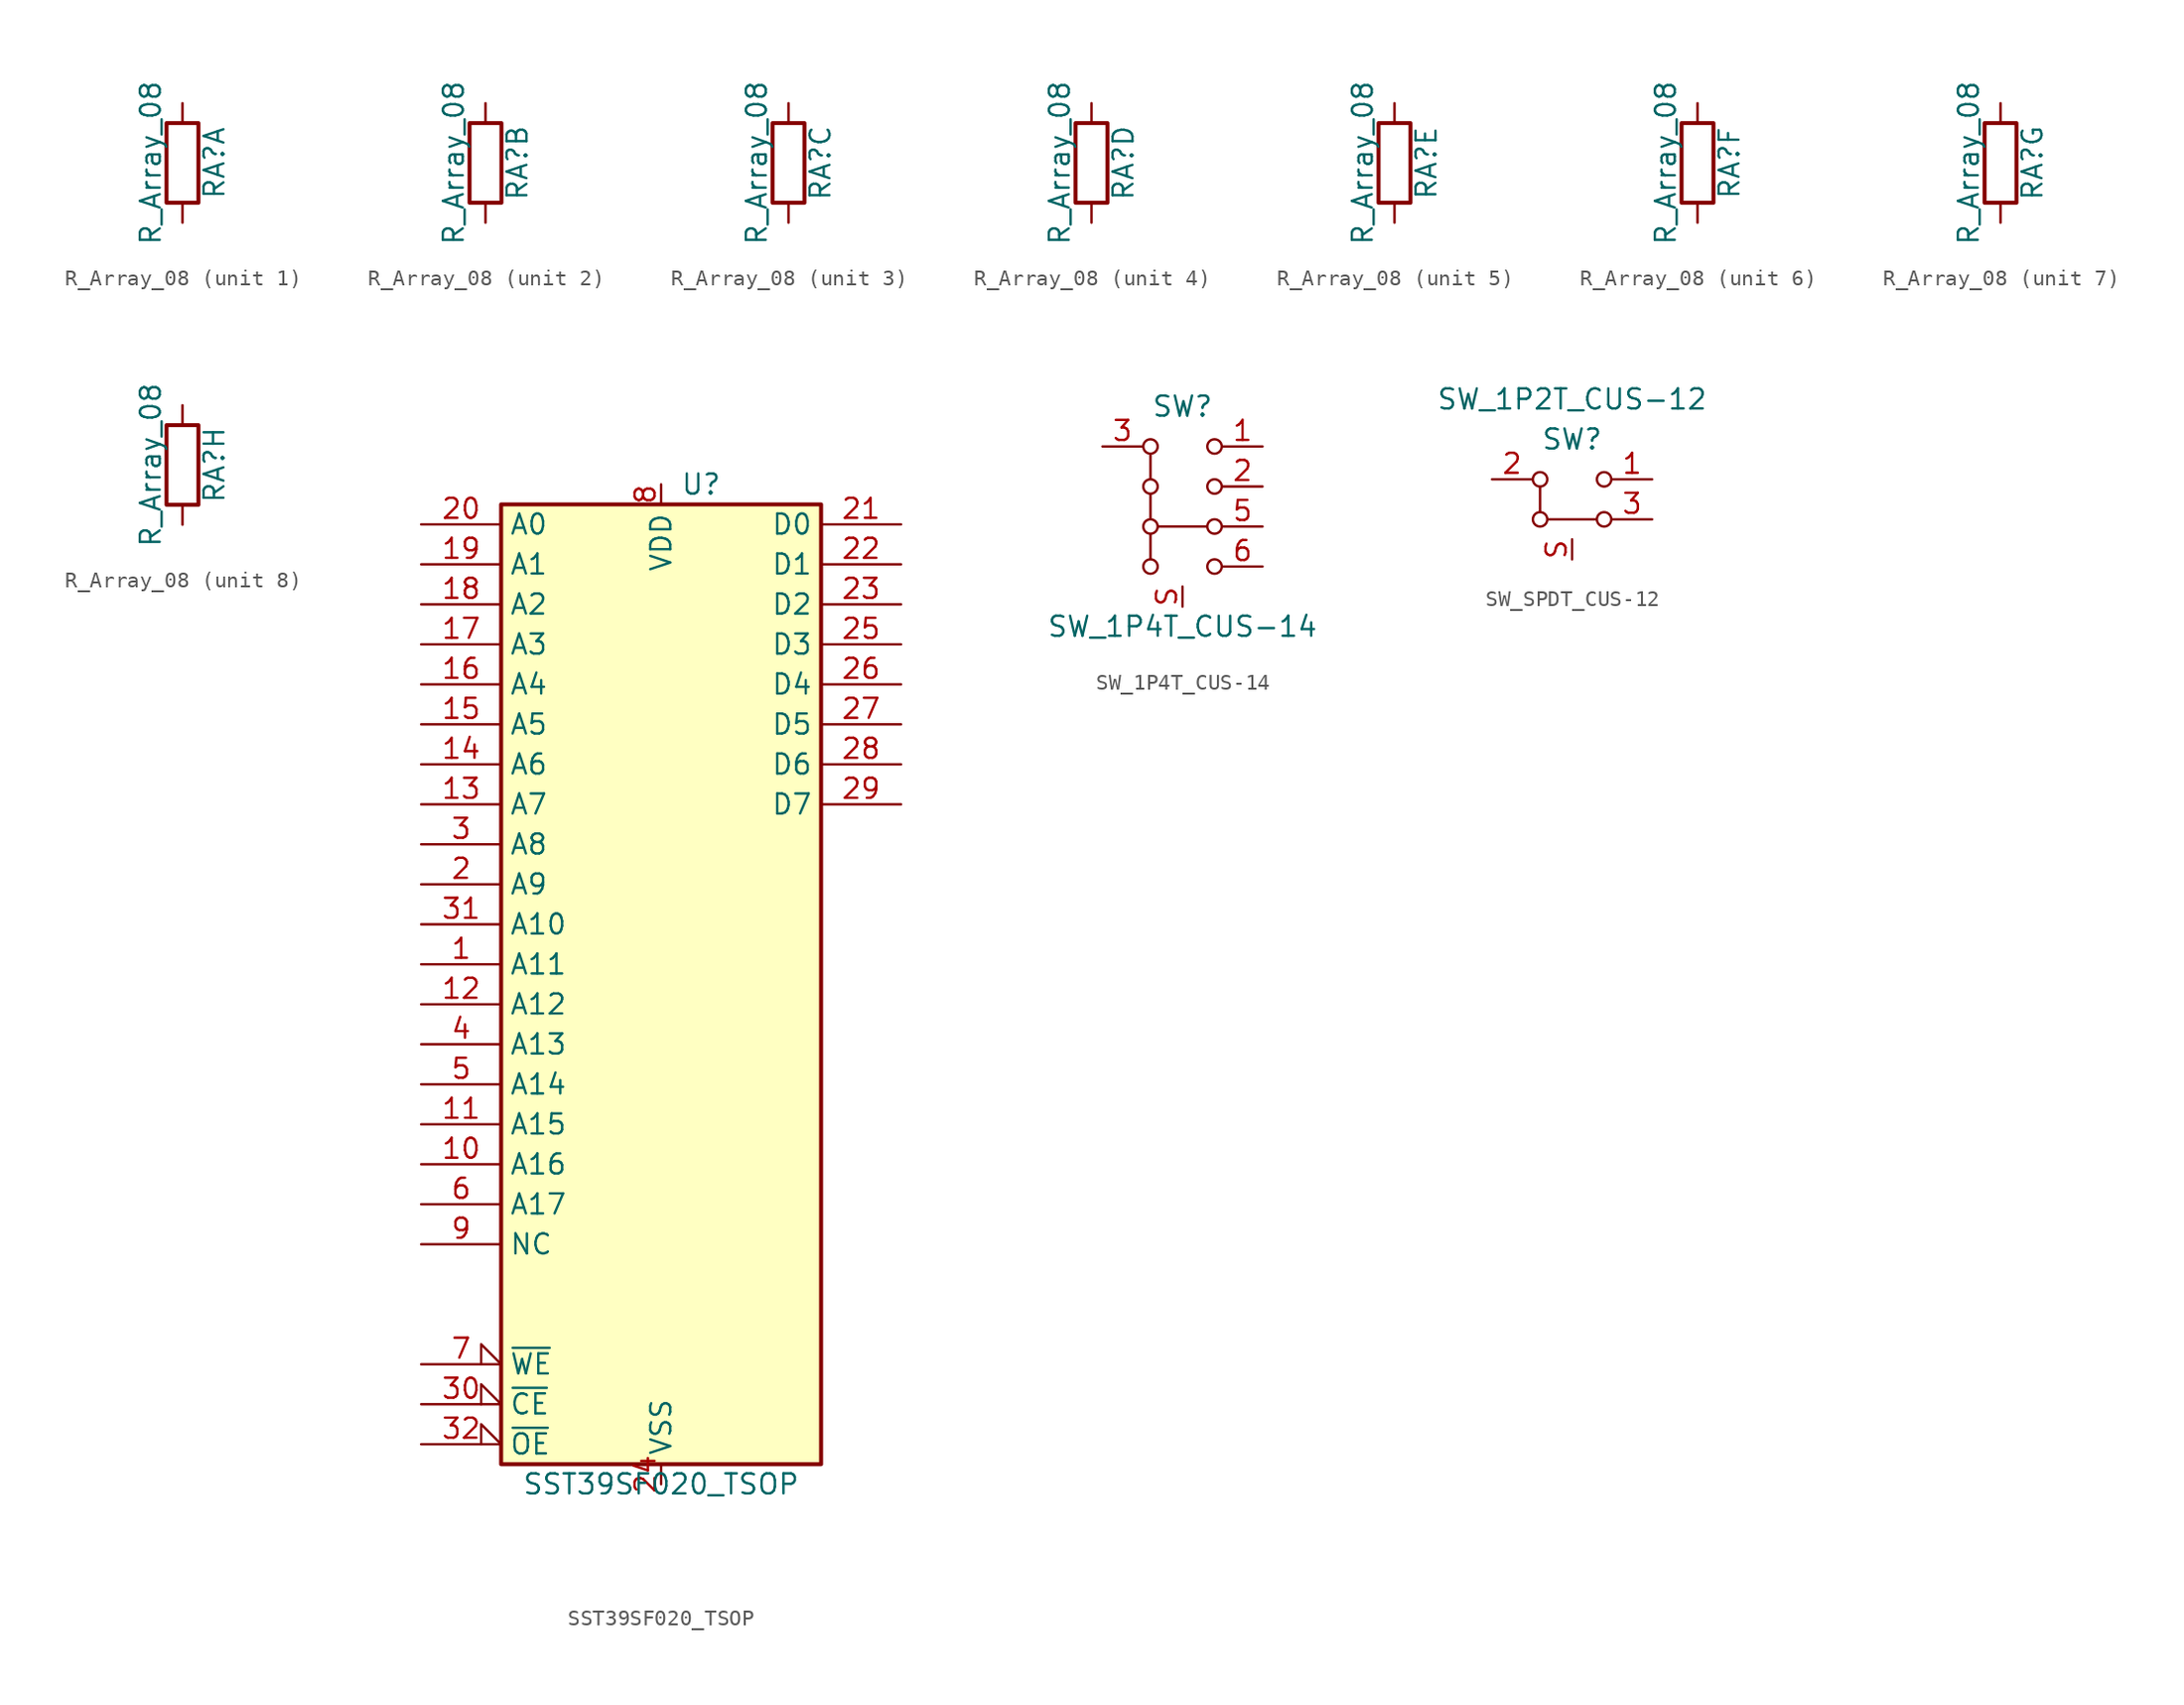
<source format=kicad_sym>
(kicad_symbol_lib
  (version 20231120)
  (generator "kicad_symbol_editor")
  (generator_version "8.0")
  (symbol "R_Array_08"
    (pin_numbers hide)
    (pin_names
      (offset 0) hide)
    (property "Reference" "RA"
      (at 2.032 0 90)
      (effects (font (size 1.27 1.27))))
    (property "Value" "R_Array_08"
      (at -2.032 0 90)
      (effects (font (size 1.27 1.27))))
    (symbol "R_Array_08_0_1"
      (rectangle (start 1.016 2.54) (end -1.016 -2.54) (stroke (width 0.254) (type default)) (fill (type none))))
    (symbol "R_Array_08_1_1"
      (pin passive line (at 0 3.81 270) (length 1.27) (name "R1.1" (effects (font (size 1.27 1.27)))) (number "1" (effects (font (size 1.27 1.27)))))
      (pin passive line (at 0 -3.81 90) (length 1.27) (name "R1.2" (effects (font (size 1.27 1.27)))) (number "16" (effects (font (size 1.27 1.27))))))
    (symbol "R_Array_08_2_1"
      (pin passive line (at 0 -3.81 90) (length 1.27) (name "R2.2" (effects (font (size 1.27 1.27)))) (number "15" (effects (font (size 1.27 1.27)))))
      (pin passive line (at 0 3.81 270) (length 1.27) (name "R6.1" (effects (font (size 1.27 1.27)))) (number "2" (effects (font (size 1.27 1.27))))))
    (symbol "R_Array_08_3_1"
      (pin passive line (at 0 -3.81 90) (length 1.27) (name "R3.2" (effects (font (size 1.27 1.27)))) (number "14" (effects (font (size 1.27 1.27)))))
      (pin passive line (at 0 3.81 270) (length 1.27) (name "R8.1" (effects (font (size 1.27 1.27)))) (number "3" (effects (font (size 1.27 1.27))))))
    (symbol "R_Array_08_4_1"
      (pin passive line (at 0 -3.81 90) (length 1.27) (name "R4.2" (effects (font (size 1.27 1.27)))) (number "13" (effects (font (size 1.27 1.27)))))
      (pin passive line (at 0 3.81 270) (length 1.27) (name "R4.1" (effects (font (size 1.27 1.27)))) (number "4" (effects (font (size 1.27 1.27))))))
    (symbol "R_Array_08_5_1"
      (pin passive line (at 0 -3.81 90) (length 1.27) (name "R5.2" (effects (font (size 1.27 1.27)))) (number "12" (effects (font (size 1.27 1.27)))))
      (pin passive line (at 0 3.81 270) (length 1.27) (name "R5.1" (effects (font (size 1.27 1.27)))) (number "5" (effects (font (size 1.27 1.27))))))
    (symbol "R_Array_08_6_1"
      (pin passive line (at 0 -3.81 90) (length 1.27) (name "R6.2" (effects (font (size 1.27 1.27)))) (number "11" (effects (font (size 1.27 1.27)))))
      (pin passive line (at 0 3.81 270) (length 1.27) (name "R6.1" (effects (font (size 1.27 1.27)))) (number "6" (effects (font (size 1.27 1.27))))))
    (symbol "R_Array_08_7_1"
      (pin passive line (at 0 -3.81 90) (length 1.27) (name "R7.2" (effects (font (size 1.27 1.27)))) (number "10" (effects (font (size 1.27 1.27)))))
      (pin passive line (at 0 3.81 270) (length 1.27) (name "R7.1" (effects (font (size 1.27 1.27)))) (number "7" (effects (font (size 1.27 1.27))))))
    (symbol "R_Array_08_8_1"
      (pin passive line (at 0 3.81 270) (length 1.27) (name "R8.1" (effects (font (size 1.27 1.27)))) (number "8" (effects (font (size 1.27 1.27)))))
      (pin passive line (at 0 -3.81 90) (length 1.27) (name "R8.2" (effects (font (size 1.27 1.27)))) (number "9" (effects (font (size 1.27 1.27)))))))
  (symbol "SST39SF020_TSOP"
    (property "Reference" "U"
      (at 2.54 33.02 0)
      (effects (font (size 1.27 1.27))))
    (property "Value" "SST39SF020_TSOP"
      (at 0 -30.48 0)
      (effects (font (size 1.27 1.27))))
    (symbol "SST39SF020_TSOP_0_0"
      (pin power_in line (at 0 -30.48 90) (length 1.27) (name "VSS" (effects (font (size 1.27 1.27)))) (number "24" (effects (font (size 1.27 1.27)))))
      (pin power_in line (at 0 33.02 270) (length 1.27) (name "VDD" (effects (font (size 1.27 1.27)))) (number "8" (effects (font (size 1.27 1.27))))))
    (symbol "SST39SF020_TSOP_0_1"
      (rectangle (start -10.16 31.75) (end 10.16 -29.21) (stroke (width 0.254) (type default)) (fill (type background))))
    (symbol "SST39SF020_TSOP_1_1"
      (pin input line (at -15.24 2.54 0) (length 5.08) (name "A11" (effects (font (size 1.27 1.27)))) (number "1" (effects (font (size 1.27 1.27)))))
      (pin input line (at -15.24 -10.16 0) (length 5.08) (name "A16" (effects (font (size 1.27 1.27)))) (number "10" (effects (font (size 1.27 1.27)))))
      (pin input line (at -15.24 -7.62 0) (length 5.08) (name "A15" (effects (font (size 1.27 1.27)))) (number "11" (effects (font (size 1.27 1.27)))))
      (pin input line (at -15.24 0 0) (length 5.08) (name "A12" (effects (font (size 1.27 1.27)))) (number "12" (effects (font (size 1.27 1.27)))))
      (pin input line (at -15.24 12.7 0) (length 5.08) (name "A7" (effects (font (size 1.27 1.27)))) (number "13" (effects (font (size 1.27 1.27)))))
      (pin input line (at -15.24 15.24 0) (length 5.08) (name "A6" (effects (font (size 1.27 1.27)))) (number "14" (effects (font (size 1.27 1.27)))))
      (pin input line (at -15.24 17.78 0) (length 5.08) (name "A5" (effects (font (size 1.27 1.27)))) (number "15" (effects (font (size 1.27 1.27)))))
      (pin input line (at -15.24 20.32 0) (length 5.08) (name "A4" (effects (font (size 1.27 1.27)))) (number "16" (effects (font (size 1.27 1.27)))))
      (pin input line (at -15.24 22.86 0) (length 5.08) (name "A3" (effects (font (size 1.27 1.27)))) (number "17" (effects (font (size 1.27 1.27)))))
      (pin input line (at -15.24 25.4 0) (length 5.08) (name "A2" (effects (font (size 1.27 1.27)))) (number "18" (effects (font (size 1.27 1.27)))))
      (pin input line (at -15.24 27.94 0) (length 5.08) (name "A1" (effects (font (size 1.27 1.27)))) (number "19" (effects (font (size 1.27 1.27)))))
      (pin input line (at -15.24 7.62 0) (length 5.08) (name "A9" (effects (font (size 1.27 1.27)))) (number "2" (effects (font (size 1.27 1.27)))))
      (pin input line (at -15.24 30.48 0) (length 5.08) (name "A0" (effects (font (size 1.27 1.27)))) (number "20" (effects (font (size 1.27 1.27)))))
      (pin tri_state line (at 15.24 30.48 180) (length 5.08) (name "D0" (effects (font (size 1.27 1.27)))) (number "21" (effects (font (size 1.27 1.27)))))
      (pin tri_state line (at 15.24 27.94 180) (length 5.08) (name "D1" (effects (font (size 1.27 1.27)))) (number "22" (effects (font (size 1.27 1.27)))))
      (pin tri_state line (at 15.24 25.4 180) (length 5.08) (name "D2" (effects (font (size 1.27 1.27)))) (number "23" (effects (font (size 1.27 1.27)))))
      (pin tri_state line (at 15.24 22.86 180) (length 5.08) (name "D3" (effects (font (size 1.27 1.27)))) (number "25" (effects (font (size 1.27 1.27)))))
      (pin tri_state line (at 15.24 20.32 180) (length 5.08) (name "D4" (effects (font (size 1.27 1.27)))) (number "26" (effects (font (size 1.27 1.27)))))
      (pin tri_state line (at 15.24 17.78 180) (length 5.08) (name "D5" (effects (font (size 1.27 1.27)))) (number "27" (effects (font (size 1.27 1.27)))))
      (pin tri_state line (at 15.24 15.24 180) (length 5.08) (name "D6" (effects (font (size 1.27 1.27)))) (number "28" (effects (font (size 1.27 1.27)))))
      (pin tri_state line (at 15.24 12.7 180) (length 5.08) (name "D7" (effects (font (size 1.27 1.27)))) (number "29" (effects (font (size 1.27 1.27)))))
      (pin input line (at -15.24 10.16 0) (length 5.08) (name "A8" (effects (font (size 1.27 1.27)))) (number "3" (effects (font (size 1.27 1.27)))))
      (pin input input_low (at -15.24 -25.4 0) (length 5.08) (name "~{CE}" (effects (font (size 1.27 1.27)))) (number "30" (effects (font (size 1.27 1.27)))))
      (pin input line (at -15.24 5.08 0) (length 5.08) (name "A10" (effects (font (size 1.27 1.27)))) (number "31" (effects (font (size 1.27 1.27)))))
      (pin input input_low (at -15.24 -27.94 0) (length 5.08) (name "~{OE}" (effects (font (size 1.27 1.27)))) (number "32" (effects (font (size 1.27 1.27)))))
      (pin input line (at -15.24 -2.54 0) (length 5.08) (name "A13" (effects (font (size 1.27 1.27)))) (number "4" (effects (font (size 1.27 1.27)))))
      (pin input line (at -15.24 -5.08 0) (length 5.08) (name "A14" (effects (font (size 1.27 1.27)))) (number "5" (effects (font (size 1.27 1.27)))))
      (pin input line (at -15.24 -12.7 0) (length 5.08) (name "A17" (effects (font (size 1.27 1.27)))) (number "6" (effects (font (size 1.27 1.27)))))
      (pin input input_low (at -15.24 -22.86 0) (length 5.08) (name "~{WE}" (effects (font (size 1.27 1.27)))) (number "7" (effects (font (size 1.27 1.27)))))
      (pin input line (at -15.24 -15.24 0) (length 5.08) (name "NC" (effects (font (size 1.27 1.27)))) (number "9" (effects (font (size 1.27 1.27)))))))
  (symbol "SW_1P4T_CUS-14"
    (pin_names
      (offset 0) hide)
    (property "Reference" "SW"
      (at 0 6.35 0)
      (effects (font (size 1.27 1.27))))
    (property "Value" "SW_1P4T_CUS-14"
      (at 0 -7.62 0)
      (effects (font (size 1.27 1.27))))
    (symbol "SW_1P4T_CUS-14_0_1"
      (circle (center -2.032 -3.81) (radius 0.457) (stroke (width 0) (type default)) (fill (type none)))
      (circle (center -2.032 -1.27) (radius 0.457) (stroke (width 0) (type default)) (fill (type none)))
      (circle (center -2.032 1.27) (radius 0.457) (stroke (width 0) (type default)) (fill (type none)))
      (circle (center -2.032 3.81) (radius 0.457) (stroke (width 0) (type default)) (fill (type none)))
      (polyline (pts (xy -2.032 -1.778) (xy -2.032 -3.302)) (stroke (width 0.152) (type default)) (fill (type none)))
      (polyline (pts (xy -2.032 0.762) (xy -2.032 -0.762)) (stroke (width 0.152) (type default)) (fill (type none)))
      (polyline (pts (xy -2.032 3.302) (xy -2.032 1.778)) (stroke (width 0.152) (type default)) (fill (type none)))
      (polyline (pts (xy -1.524 -1.27) (xy 1.524 -1.27)) (stroke (width 0.152) (type default)) (fill (type none)))
      (circle (center 2.032 -3.81) (radius 0.457) (stroke (width 0) (type default)) (fill (type none)))
      (circle (center 2.032 -1.27) (radius 0.457) (stroke (width 0) (type default)) (fill (type none)))
      (circle (center 2.032 1.27) (radius 0.457) (stroke (width 0) (type default)) (fill (type none)))
      (circle (center 2.032 3.81) (radius 0.457) (stroke (width 0) (type default)) (fill (type none))))
    (symbol "SW_1P4T_CUS-14_1_1"
      (pin passive line (at 5.08 3.81 180) (length 2.54) (name "1" (effects (font (size 1.27 1.27)))) (number "1" (effects (font (size 1.27 1.27)))))
      (pin passive line (at 5.08 1.27 180) (length 2.54) (name "2" (effects (font (size 1.27 1.27)))) (number "2" (effects (font (size 1.27 1.27)))))
      (pin passive line (at -5.08 3.81 0) (length 2.54) (name "C" (effects (font (size 1.27 1.27)))) (number "3" (effects (font (size 1.27 1.27)))))
      (pin passive line (at -5.08 3.81 0) (length 2.54) hide (name "C" (effects (font (size 1.27 1.27)))) (number "4" (effects (font (size 1.27 1.27)))))
      (pin passive line (at 5.08 -1.27 180) (length 2.54) (name "5" (effects (font (size 1.27 1.27)))) (number "5" (effects (font (size 1.27 1.27)))))
      (pin passive line (at 5.08 -3.81 180) (length 2.54) (name "6" (effects (font (size 1.27 1.27)))) (number "6" (effects (font (size 1.27 1.27)))))
      (pin passive line (at 0 -6.35 90) (length 1.27) (name "S" (effects (font (size 1.27 1.27)))) (number "S" (effects (font (size 1.27 1.27)))))))
  (symbol "SW_SPDT_CUS-12"
    (pin_names
      (offset 0) hide)
    (property "Reference" "SW"
      (at 0 6.35 0)
      (effects (font (size 1.27 1.27))))
    (property "Value" "SW_1P2T_CUS-12"
      (at 0 8.89 0)
      (effects (font (size 1.27 1.27))))
    (symbol "SW_SPDT_CUS-12_0_1"
      (circle (center -2.032 1.27) (radius 0.457) (stroke (width 0) (type default)) (fill (type none)))
      (circle (center -2.032 3.81) (radius 0.457) (stroke (width 0) (type default)) (fill (type none)))
      (polyline (pts (xy -2.032 3.302) (xy -2.032 1.778)) (stroke (width 0.152) (type default)) (fill (type none)))
      (polyline (pts (xy -1.524 1.27) (xy 1.524 1.27)) (stroke (width 0.152) (type default)) (fill (type none)))
      (circle (center 2.032 1.27) (radius 0.457) (stroke (width 0) (type default)) (fill (type none)))
      (circle (center 2.032 3.81) (radius 0.457) (stroke (width 0) (type default)) (fill (type none))))
    (symbol "SW_SPDT_CUS-12_1_1"
      (pin passive line (at 5.08 3.81 180) (length 2.54) (name "" (effects (font (size 1.27 1.27)))) (number "1" (effects (font (size 1.27 1.27)))))
      (pin passive line (at -5.08 3.81 0) (length 2.54) (name "C" (effects (font (size 1.27 1.27)))) (number "2" (effects (font (size 1.27 1.27)))))
      (pin passive line (at 5.08 1.27 180) (length 2.54) (name "" (effects (font (size 1.27 1.27)))) (number "3" (effects (font (size 1.27 1.27)))))
      (pin passive line (at 0 -1.27 90) (length 1.27) (name "S" (effects (font (size 1.27 1.27)))) (number "S" (effects (font (size 1.27 1.27))))))))
</source>
